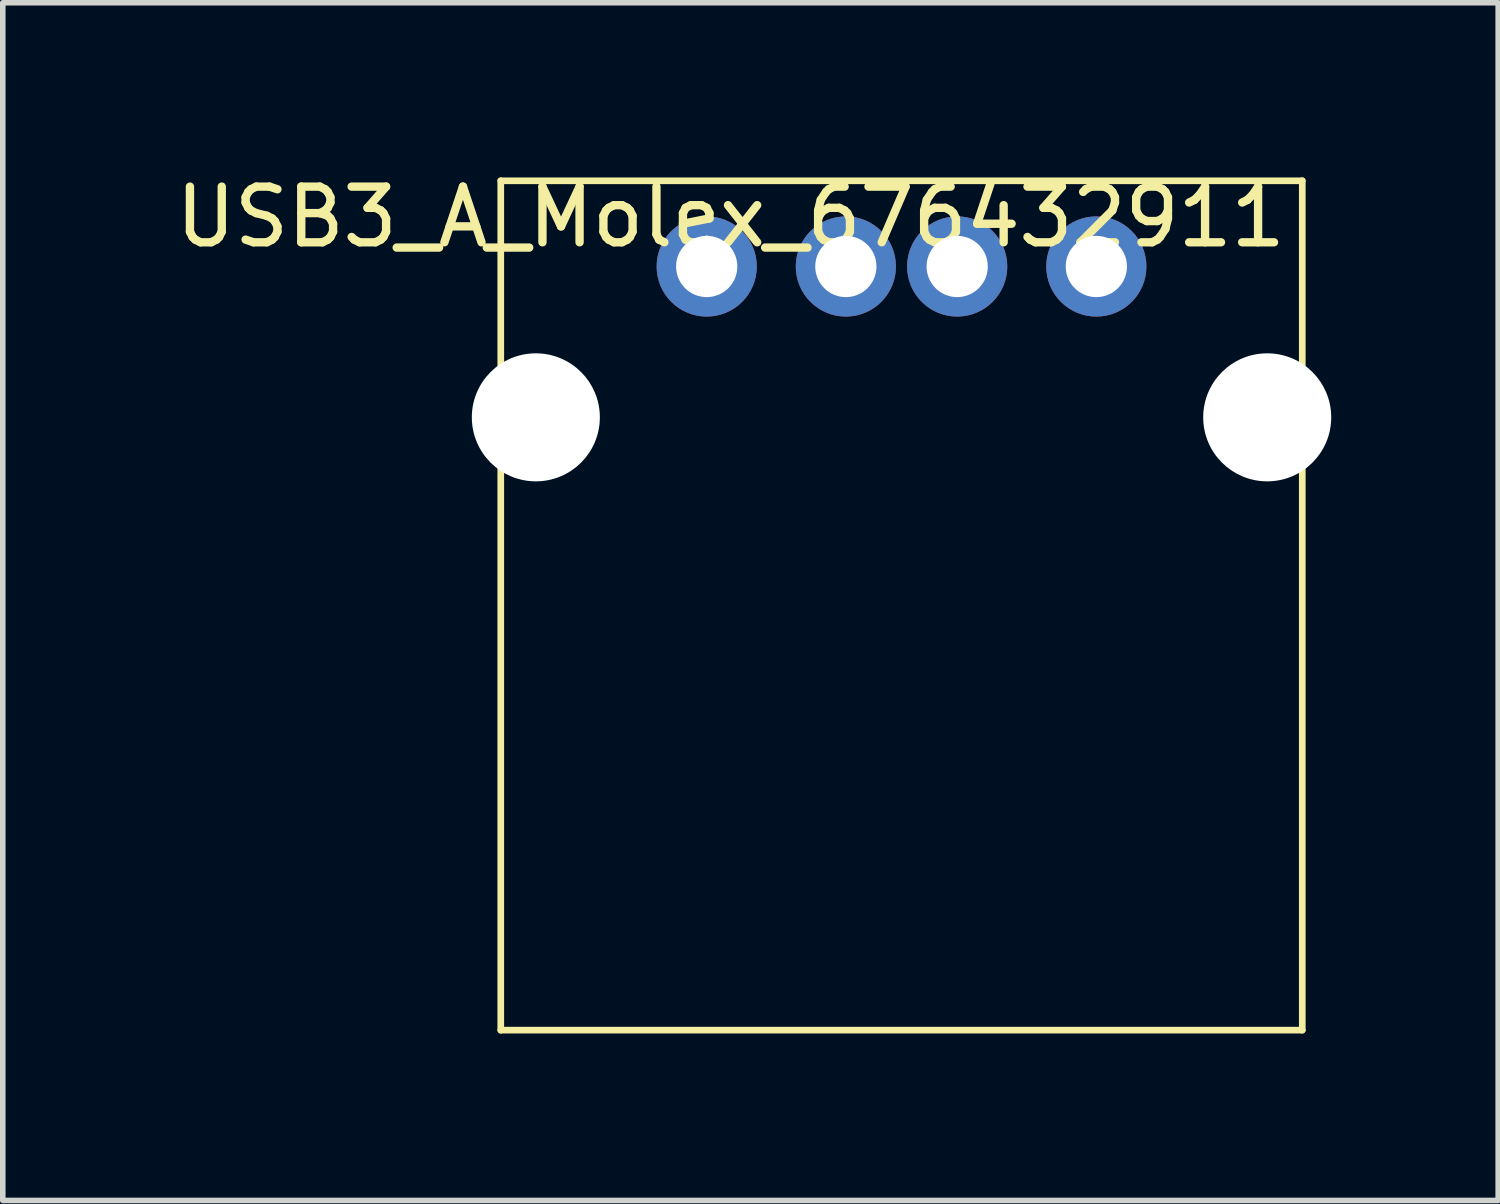
<source format=kicad_pcb>
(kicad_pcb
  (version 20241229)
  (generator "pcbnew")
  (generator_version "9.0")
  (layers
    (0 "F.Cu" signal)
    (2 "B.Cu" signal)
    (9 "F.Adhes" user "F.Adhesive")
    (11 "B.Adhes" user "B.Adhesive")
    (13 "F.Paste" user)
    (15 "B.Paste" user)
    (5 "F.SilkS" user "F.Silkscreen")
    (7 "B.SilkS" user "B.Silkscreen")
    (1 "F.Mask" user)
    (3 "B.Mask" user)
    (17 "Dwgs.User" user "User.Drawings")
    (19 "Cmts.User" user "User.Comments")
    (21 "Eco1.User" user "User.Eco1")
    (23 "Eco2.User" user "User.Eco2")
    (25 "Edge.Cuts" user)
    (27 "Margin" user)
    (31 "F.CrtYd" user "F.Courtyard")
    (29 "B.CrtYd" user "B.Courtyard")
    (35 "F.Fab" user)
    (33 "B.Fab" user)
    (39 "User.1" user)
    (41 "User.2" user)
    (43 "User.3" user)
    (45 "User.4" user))
  (footprint "USB3_A_Molex_676432911"
    (layer "F.Cu")
    (at 6.577 4.448)
    (property "Reference" "USB3_A_Molex_676432911" (at 3.5 -3.6 0) (layer "F.SilkS") (effects (font (size 1 1) (thickness 0.15))))
    (attr through_hole)
    (fp_line (start -0.63 -4.25) (end -0.63 11.01) (stroke (width 0.12) (type solid)) (layer "F.SilkS"))
    (fp_line (start -0.63 11.01) (end 13.77 11.01) (stroke (width 0.12) (type solid)) (layer "F.SilkS"))
    (fp_line (start 13.77 -4.25) (end -0.63 -4.25) (stroke (width 0.12) (type solid)) (layer "F.SilkS"))
    (fp_line (start 13.77 11.01) (end 13.77 -4.25) (stroke (width 0.12) (type solid)) (layer "F.SilkS"))
    (pad "" np_thru_hole circle (at 0 0) (size 2.3 2.3) (drill 2.3) (layers "*.Cu" "*.Mask"))
    (pad "" thru_hole circle (at 3.07 -2.71) (size 1.8 1.8) (drill 1.1) (layers "*.Cu" "*.Mask"))
    (pad "" thru_hole circle (at 5.57 -2.71) (size 1.8 1.8) (drill 1.1) (layers "*.Cu" "*.Mask"))
    (pad "" thru_hole circle (at 7.57 -2.71) (size 1.8 1.8) (drill 1.1) (layers "*.Cu" "*.Mask"))
    (pad "" thru_hole circle (at 10.07 -2.71) (size 1.8 1.8) (drill 1.1) (layers "*.Cu" "*.Mask"))
    (pad "" np_thru_hole circle (at 13.14 0) (size 2.3 2.3) (drill 2.3) (layers "*.Cu" "*.Mask")))
  (gr_rect
    (start -3 -3)
    (end 23.867 18.518)
    (stroke (width 0.1) (type default))
    (fill no)
    (layer "Edge.Cuts")))
</source>
